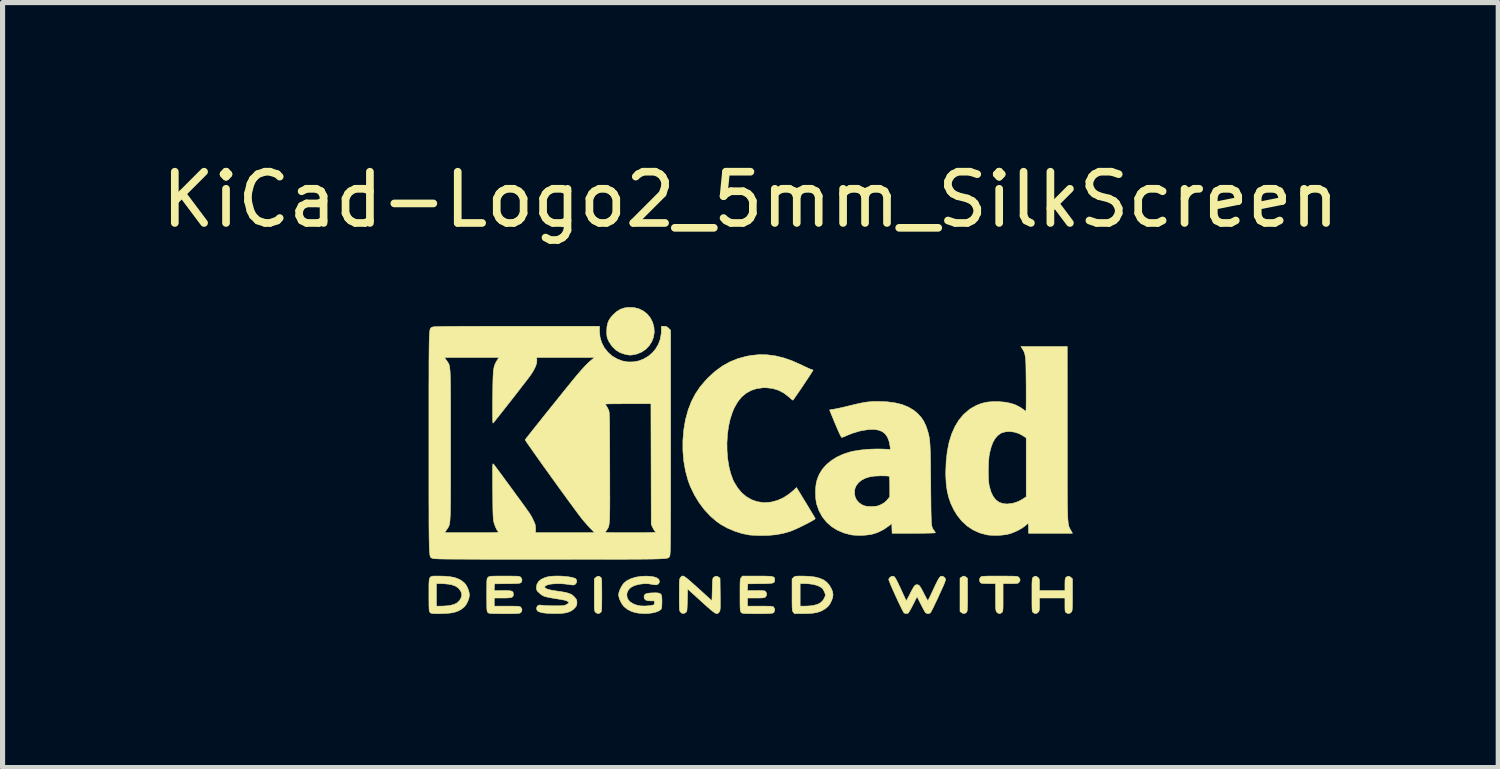
<source format=kicad_pcb>
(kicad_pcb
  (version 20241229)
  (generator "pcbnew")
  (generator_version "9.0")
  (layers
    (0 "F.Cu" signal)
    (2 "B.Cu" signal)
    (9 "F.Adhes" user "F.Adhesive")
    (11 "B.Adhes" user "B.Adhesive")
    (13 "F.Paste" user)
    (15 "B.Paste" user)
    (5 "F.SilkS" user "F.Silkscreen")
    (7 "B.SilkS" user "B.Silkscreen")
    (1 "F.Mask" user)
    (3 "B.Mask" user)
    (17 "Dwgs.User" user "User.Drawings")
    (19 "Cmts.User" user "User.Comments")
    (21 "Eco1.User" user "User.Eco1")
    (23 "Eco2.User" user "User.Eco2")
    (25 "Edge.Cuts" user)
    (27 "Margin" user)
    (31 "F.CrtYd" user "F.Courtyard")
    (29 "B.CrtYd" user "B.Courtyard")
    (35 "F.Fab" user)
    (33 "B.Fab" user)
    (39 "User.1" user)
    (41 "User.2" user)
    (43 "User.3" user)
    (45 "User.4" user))
  (footprint "KiCad-Logo2_5mm_SilkScreen"
    (layer "F.Cu")
    (at 11.601 5.928)
    (property "Reference" "KiCad-Logo2_5mm_SilkScreen" (at 0 -5.08 180) (layer "F.SilkS") (effects (font (size 1 1) (thickness 0.15))))
    (attr exclude_from_pos_files exclude_from_bom)
    (fp_poly (pts (xy 4.189 2.276) (xy 4.212 2.291) (xy 4.239 2.312) (xy 4.239 2.634) (xy 4.239 2.728) (xy 4.239 2.802) (xy 4.238 2.859) (xy 4.236 2.901) (xy 4.234 2.931) (xy 4.231 2.951) (xy 4.227 2.965) (xy 4.221 2.974) (xy 4.217 2.979) (xy 4.186 3) (xy 4.15 2.999) (xy 4.119 2.981) (xy 4.092 2.96) (xy 4.092 2.312) (xy 4.119 2.291) (xy 4.145 2.275) (xy 4.166 2.269) (xy 4.189 2.276)) (stroke (width 0.01) (type solid)) (fill yes) (layer "F.SilkS"))
    (fp_poly (pts (xy -2.924 2.292) (xy -2.917 2.299) (xy -2.912 2.309) (xy -2.908 2.324) (xy -2.905 2.346) (xy -2.903 2.378) (xy -2.902 2.422) (xy -2.902 2.482) (xy -2.901 2.56) (xy -2.901 2.636) (xy -2.901 2.73) (xy -2.902 2.804) (xy -2.902 2.86) (xy -2.904 2.902) (xy -2.906 2.932) (xy -2.909 2.952) (xy -2.913 2.965) (xy -2.919 2.974) (xy -2.924 2.98) (xy -2.957 3) (xy -2.992 2.998) (xy -3.023 2.977) (xy -3.031 2.968) (xy -3.036 2.959) (xy -3.041 2.945) (xy -3.044 2.924) (xy -3.046 2.895) (xy -3.047 2.853) (xy -3.048 2.796) (xy -3.048 2.722) (xy -3.048 2.638) (xy -3.048 2.324) (xy -3.02 2.297) (xy -2.986 2.273) (xy -2.953 2.273) (xy -2.924 2.292)) (stroke (width 0.01) (type solid)) (fill yes) (layer "F.SilkS"))
    (fp_poly (pts (xy -2.273 -2.973) (xy -2.177 -2.949) (xy -2.09 -2.906) (xy -2.015 -2.847) (xy -1.954 -2.772) (xy -1.909 -2.683) (xy -1.883 -2.586) (xy -1.877 -2.489) (xy -1.892 -2.395) (xy -1.926 -2.307) (xy -1.977 -2.228) (xy -2.042 -2.16) (xy -2.121 -2.106) (xy -2.212 -2.068) (xy -2.263 -2.056) (xy -2.308 -2.048) (xy -2.342 -2.045) (xy -2.375 -2.047) (xy -2.415 -2.054) (xy -2.449 -2.061) (xy -2.542 -2.092) (xy -2.626 -2.143) (xy -2.698 -2.213) (xy -2.756 -2.298) (xy -2.77 -2.326) (xy -2.787 -2.362) (xy -2.797 -2.392) (xy -2.802 -2.425) (xy -2.805 -2.466) (xy -2.805 -2.512) (xy -2.801 -2.596) (xy -2.787 -2.665) (xy -2.762 -2.726) (xy -2.723 -2.784) (xy -2.684 -2.829) (xy -2.612 -2.895) (xy -2.537 -2.94) (xy -2.455 -2.967) (xy -2.377 -2.977) (xy -2.273 -2.973)) (stroke (width 0.01) (type solid)) (fill yes) (layer "F.SilkS"))
    (fp_poly (pts (xy 4.963 2.269) (xy 5.042 2.27) (xy 5.103 2.27) (xy 5.149 2.272) (xy 5.182 2.274) (xy 5.205 2.277) (xy 5.221 2.28) (xy 5.231 2.285) (xy 5.236 2.289) (xy 5.261 2.321) (xy 5.265 2.355) (xy 5.249 2.386) (xy 5.238 2.398) (xy 5.227 2.406) (xy 5.211 2.412) (xy 5.186 2.414) (xy 5.147 2.416) (xy 5.09 2.416) (xy 5.079 2.416) (xy 4.933 2.416) (xy 4.933 2.687) (xy 4.933 2.772) (xy 4.933 2.838) (xy 4.932 2.887) (xy 4.93 2.922) (xy 4.927 2.946) (xy 4.923 2.962) (xy 4.918 2.972) (xy 4.911 2.98) (xy 4.878 3) (xy 4.843 2.999) (xy 4.812 2.976) (xy 4.81 2.973) (xy 4.802 2.962) (xy 4.797 2.95) (xy 4.793 2.933) (xy 4.79 2.908) (xy 4.788 2.872) (xy 4.787 2.822) (xy 4.787 2.755) (xy 4.786 2.68) (xy 4.786 2.416) (xy 4.647 2.416) (xy 4.587 2.415) (xy 4.546 2.414) (xy 4.519 2.411) (xy 4.502 2.405) (xy 4.49 2.397) (xy 4.489 2.395) (xy 4.473 2.362) (xy 4.474 2.324) (xy 4.493 2.292) (xy 4.5 2.285) (xy 4.51 2.28) (xy 4.524 2.276) (xy 4.545 2.274) (xy 4.575 2.272) (xy 4.618 2.27) (xy 4.676 2.269) (xy 4.75 2.269) (xy 4.844 2.269) (xy 4.864 2.269) (xy 4.963 2.269)) (stroke (width 0.01) (type solid)) (fill yes) (layer "F.SilkS"))
    (fp_poly (pts (xy 6.229 2.275) (xy 6.26 2.297) (xy 6.288 2.324) (xy 6.288 2.634) (xy 6.288 2.726) (xy 6.287 2.798) (xy 6.287 2.853) (xy 6.285 2.893) (xy 6.283 2.922) (xy 6.28 2.942) (xy 6.275 2.956) (xy 6.269 2.967) (xy 6.265 2.973) (xy 6.234 2.998) (xy 6.198 3) (xy 6.166 2.985) (xy 6.156 2.976) (xy 6.148 2.965) (xy 6.144 2.946) (xy 6.142 2.915) (xy 6.141 2.869) (xy 6.141 2.833) (xy 6.141 2.698) (xy 5.644 2.698) (xy 5.644 2.821) (xy 5.644 2.877) (xy 5.642 2.915) (xy 5.638 2.941) (xy 5.63 2.96) (xy 5.621 2.973) (xy 5.59 2.998) (xy 5.555 3.001) (xy 5.522 2.983) (xy 5.513 2.974) (xy 5.506 2.962) (xy 5.502 2.943) (xy 5.499 2.914) (xy 5.498 2.87) (xy 5.497 2.808) (xy 5.497 2.794) (xy 5.497 2.678) (xy 5.497 2.582) (xy 5.497 2.504) (xy 5.497 2.443) (xy 5.498 2.396) (xy 5.5 2.361) (xy 5.502 2.335) (xy 5.505 2.318) (xy 5.51 2.306) (xy 5.515 2.298) (xy 5.52 2.292) (xy 5.552 2.272) (xy 5.585 2.275) (xy 5.617 2.297) (xy 5.629 2.311) (xy 5.638 2.327) (xy 5.642 2.35) (xy 5.644 2.384) (xy 5.644 2.436) (xy 5.644 2.551) (xy 6.141 2.551) (xy 6.141 2.433) (xy 6.142 2.378) (xy 6.144 2.341) (xy 6.148 2.317) (xy 6.155 2.301) (xy 6.164 2.292) (xy 6.196 2.272) (xy 6.229 2.275)) (stroke (width 0.01) (type solid)) (fill yes) (layer "F.SilkS"))
    (fp_poly (pts (xy 1.018 2.269) (xy 1.147 2.274) (xy 1.257 2.287) (xy 1.349 2.31) (xy 1.426 2.343) (xy 1.489 2.388) (xy 1.539 2.444) (xy 1.58 2.514) (xy 1.58 2.515) (xy 1.605 2.577) (xy 1.613 2.633) (xy 1.606 2.688) (xy 1.584 2.751) (xy 1.579 2.761) (xy 1.55 2.817) (xy 1.517 2.86) (xy 1.475 2.897) (xy 1.417 2.934) (xy 1.414 2.936) (xy 1.364 2.96) (xy 1.307 2.978) (xy 1.24 2.991) (xy 1.159 2.999) (xy 1.06 3.002) (xy 1.025 3.002) (xy 0.86 3.003) (xy 0.836 2.973) (xy 0.829 2.963) (xy 0.824 2.952) (xy 0.82 2.936) (xy 0.817 2.913) (xy 0.815 2.88) (xy 0.814 2.856) (xy 0.971 2.856) (xy 1.065 2.856) (xy 1.12 2.854) (xy 1.176 2.85) (xy 1.222 2.844) (xy 1.225 2.844) (xy 1.307 2.822) (xy 1.371 2.789) (xy 1.418 2.743) (xy 1.451 2.683) (xy 1.457 2.667) (xy 1.463 2.642) (xy 1.46 2.618) (xy 1.448 2.585) (xy 1.441 2.569) (xy 1.418 2.527) (xy 1.39 2.497) (xy 1.359 2.477) (xy 1.297 2.45) (xy 1.218 2.43) (xy 1.125 2.419) (xy 1.058 2.416) (xy 0.971 2.416) (xy 0.971 2.856) (xy 0.814 2.856) (xy 0.814 2.835) (xy 0.813 2.774) (xy 0.813 2.696) (xy 0.813 2.634) (xy 0.813 2.324) (xy 0.841 2.297) (xy 0.853 2.286) (xy 0.866 2.278) (xy 0.885 2.273) (xy 0.913 2.27) (xy 0.955 2.269) (xy 1.015 2.269) (xy 1.018 2.269)) (stroke (width 0.01) (type solid)) (fill yes) (layer "F.SilkS"))
    (fp_poly (pts (xy -6.121 2.269) (xy -6.082 2.269) (xy -5.966 2.272) (xy -5.869 2.281) (xy -5.788 2.295) (xy -5.719 2.317) (xy -5.658 2.347) (xy -5.604 2.387) (xy -5.584 2.404) (xy -5.552 2.443) (xy -5.523 2.497) (xy -5.5 2.557) (xy -5.488 2.615) (xy -5.486 2.636) (xy -5.494 2.695) (xy -5.516 2.759) (xy -5.547 2.82) (xy -5.584 2.868) (xy -5.59 2.874) (xy -5.641 2.915) (xy -5.696 2.947) (xy -5.76 2.971) (xy -5.834 2.988) (xy -5.924 2.998) (xy -6.031 3.002) (xy -6.08 3.003) (xy -6.142 3.003) (xy -6.186 3.001) (xy -6.215 2.999) (xy -6.234 2.994) (xy -6.247 2.987) (xy -6.254 2.98) (xy -6.261 2.973) (xy -6.266 2.963) (xy -6.27 2.948) (xy -6.273 2.926) (xy -6.274 2.894) (xy -6.276 2.85) (xy -6.276 2.79) (xy -6.277 2.712) (xy -6.277 2.636) (xy -6.277 2.535) (xy -6.277 2.454) (xy -6.276 2.416) (xy -6.13 2.416) (xy -6.13 2.856) (xy -6.037 2.856) (xy -5.981 2.854) (xy -5.922 2.85) (xy -5.873 2.844) (xy -5.872 2.844) (xy -5.792 2.825) (xy -5.731 2.795) (xy -5.684 2.753) (xy -5.655 2.707) (xy -5.636 2.656) (xy -5.638 2.608) (xy -5.659 2.557) (xy -5.7 2.504) (xy -5.758 2.465) (xy -5.833 2.438) (xy -5.883 2.429) (xy -5.939 2.423) (xy -6 2.418) (xy -6.051 2.416) (xy -6.054 2.416) (xy -6.13 2.416) (xy -6.276 2.416) (xy -6.275 2.392) (xy -6.271 2.345) (xy -6.263 2.312) (xy -6.25 2.29) (xy -6.23 2.277) (xy -6.203 2.27) (xy -6.167 2.269) (xy -6.121 2.269)) (stroke (width 0.01) (type solid)) (fill yes) (layer "F.SilkS"))
    (fp_poly (pts (xy -1.3 2.273) (xy -1.277 2.287) (xy -1.246 2.31) (xy -1.206 2.342) (xy -1.156 2.386) (xy -1.094 2.441) (xy -1.018 2.509) (xy -0.931 2.588) (xy -0.751 2.752) (xy -0.745 2.532) (xy -0.743 2.456) (xy -0.741 2.4) (xy -0.739 2.36) (xy -0.736 2.332) (xy -0.731 2.314) (xy -0.725 2.303) (xy -0.717 2.294) (xy -0.713 2.291) (xy -0.678 2.272) (xy -0.645 2.274) (xy -0.619 2.291) (xy -0.593 2.312) (xy -0.589 2.627) (xy -0.588 2.72) (xy -0.588 2.793) (xy -0.588 2.848) (xy -0.589 2.889) (xy -0.591 2.919) (xy -0.594 2.939) (xy -0.598 2.953) (xy -0.604 2.964) (xy -0.61 2.972) (xy -0.623 2.988) (xy -0.637 2.999) (xy -0.652 3.003) (xy -0.671 2.999) (xy -0.695 2.987) (xy -0.727 2.965) (xy -0.768 2.932) (xy -0.821 2.887) (xy -0.886 2.829) (xy -0.96 2.762) (xy -1.225 2.521) (xy -1.23 2.741) (xy -1.233 2.816) (xy -1.235 2.872) (xy -1.237 2.913) (xy -1.24 2.94) (xy -1.244 2.958) (xy -1.25 2.969) (xy -1.259 2.978) (xy -1.263 2.981) (xy -1.3 3) (xy -1.335 2.997) (xy -1.365 2.973) (xy -1.372 2.963) (xy -1.378 2.952) (xy -1.382 2.936) (xy -1.385 2.913) (xy -1.386 2.88) (xy -1.388 2.835) (xy -1.388 2.774) (xy -1.389 2.694) (xy -1.389 2.636) (xy -1.388 2.544) (xy -1.388 2.473) (xy -1.387 2.418) (xy -1.386 2.378) (xy -1.384 2.349) (xy -1.38 2.329) (xy -1.376 2.315) (xy -1.37 2.305) (xy -1.365 2.299) (xy -1.354 2.285) (xy -1.343 2.274) (xy -1.332 2.268) (xy -1.318 2.267) (xy -1.3 2.273)) (stroke (width 0.01) (type solid)) (fill yes) (layer "F.SilkS"))
    (fp_poly (pts (xy -1.95 2.275) (xy -1.882 2.286) (xy -1.829 2.304) (xy -1.795 2.327) (xy -1.785 2.341) (xy -1.776 2.372) (xy -1.782 2.4) (xy -1.802 2.427) (xy -1.834 2.44) (xy -1.879 2.439) (xy -1.914 2.432) (xy -1.992 2.419) (xy -2.072 2.418) (xy -2.162 2.428) (xy -2.186 2.433) (xy -2.269 2.456) (xy -2.334 2.491) (xy -2.38 2.537) (xy -2.407 2.592) (xy -2.413 2.621) (xy -2.409 2.68) (xy -2.386 2.732) (xy -2.345 2.776) (xy -2.288 2.811) (xy -2.219 2.837) (xy -2.138 2.852) (xy -2.048 2.854) (xy -1.951 2.845) (xy -1.945 2.844) (xy -1.907 2.836) (xy -1.885 2.83) (xy -1.876 2.819) (xy -1.874 2.802) (xy -1.874 2.793) (xy -1.874 2.754) (xy -1.942 2.754) (xy -2.003 2.75) (xy -2.044 2.737) (xy -2.068 2.714) (xy -2.077 2.679) (xy -2.077 2.674) (xy -2.072 2.645) (xy -2.054 2.623) (xy -2.022 2.609) (xy -1.972 2.601) (xy -1.923 2.598) (xy -1.852 2.596) (xy -1.801 2.599) (xy -1.766 2.609) (xy -1.744 2.628) (xy -1.733 2.66) (xy -1.728 2.708) (xy -1.727 2.77) (xy -1.729 2.84) (xy -1.733 2.887) (xy -1.74 2.912) (xy -1.741 2.914) (xy -1.78 2.946) (xy -1.837 2.97) (xy -1.909 2.988) (xy -1.991 2.999) (xy -2.081 3.001) (xy -2.175 2.994) (xy -2.23 2.986) (xy -2.316 2.962) (xy -2.396 2.922) (xy -2.463 2.87) (xy -2.473 2.86) (xy -2.506 2.816) (xy -2.536 2.762) (xy -2.559 2.706) (xy -2.572 2.654) (xy -2.574 2.635) (xy -2.567 2.593) (xy -2.55 2.542) (xy -2.524 2.488) (xy -2.495 2.439) (xy -2.469 2.406) (xy -2.408 2.357) (xy -2.329 2.319) (xy -2.235 2.29) (xy -2.129 2.274) (xy -2.032 2.27) (xy -1.95 2.275)) (stroke (width 0.01) (type solid)) (fill yes) (layer "F.SilkS"))
    (fp_poly (pts (xy 0.23 2.269) (xy 0.307 2.27) (xy 0.365 2.272) (xy 0.408 2.276) (xy 0.438 2.282) (xy 0.457 2.291) (xy 0.468 2.303) (xy 0.473 2.319) (xy 0.474 2.339) (xy 0.474 2.341) (xy 0.473 2.364) (xy 0.468 2.382) (xy 0.457 2.395) (xy 0.437 2.404) (xy 0.406 2.41) (xy 0.36 2.414) (xy 0.298 2.417) (xy 0.216 2.418) (xy 0.191 2.418) (xy -0.051 2.421) (xy -0.054 2.486) (xy -0.058 2.551) (xy 0.111 2.551) (xy 0.176 2.552) (xy 0.223 2.553) (xy 0.255 2.555) (xy 0.276 2.559) (xy 0.289 2.565) (xy 0.299 2.573) (xy 0.299 2.573) (xy 0.316 2.607) (xy 0.316 2.643) (xy 0.297 2.674) (xy 0.294 2.678) (xy 0.281 2.686) (xy 0.263 2.692) (xy 0.237 2.695) (xy 0.197 2.697) (xy 0.142 2.698) (xy 0.106 2.698) (xy -0.056 2.698) (xy -0.056 2.856) (xy 0.19 2.856) (xy 0.272 2.856) (xy 0.333 2.857) (xy 0.379 2.858) (xy 0.41 2.86) (xy 0.431 2.864) (xy 0.445 2.868) (xy 0.453 2.874) (xy 0.455 2.877) (xy 0.472 2.908) (xy 0.473 2.944) (xy 0.46 2.975) (xy 0.449 2.985) (xy 0.438 2.991) (xy 0.421 2.995) (xy 0.396 2.998) (xy 0.359 3) (xy 0.308 3.002) (xy 0.24 3.003) (xy 0.153 3.003) (xy 0.133 3.003) (xy 0.045 3.003) (xy -0.024 3.002) (xy -0.075 3.002) (xy -0.113 3) (xy -0.139 2.998) (xy -0.156 2.994) (xy -0.167 2.989) (xy -0.176 2.983) (xy -0.18 2.978) (xy -0.187 2.97) (xy -0.192 2.96) (xy -0.196 2.945) (xy -0.199 2.923) (xy -0.201 2.89) (xy -0.202 2.845) (xy -0.203 2.785) (xy -0.203 2.707) (xy -0.203 2.641) (xy -0.203 2.549) (xy -0.203 2.476) (xy -0.202 2.421) (xy -0.201 2.38) (xy -0.198 2.35) (xy -0.195 2.33) (xy -0.191 2.316) (xy -0.185 2.305) (xy -0.18 2.299) (xy -0.156 2.269) (xy 0.134 2.269) (xy 0.23 2.269)) (stroke (width 0.01) (type solid)) (fill yes) (layer "F.SilkS"))
    (fp_poly (pts (xy -4.713 2.269) (xy -4.643 2.27) (xy -4.591 2.27) (xy -4.553 2.272) (xy -4.526 2.274) (xy -4.508 2.278) (xy -4.496 2.283) (xy -4.487 2.289) (xy -4.484 2.292) (xy -4.464 2.323) (xy -4.46 2.359) (xy -4.473 2.391) (xy -4.48 2.397) (xy -4.489 2.403) (xy -4.505 2.408) (xy -4.529 2.412) (xy -4.566 2.414) (xy -4.617 2.416) (xy -4.685 2.418) (xy -4.748 2.418) (xy -4.995 2.421) (xy -4.999 2.486) (xy -5.002 2.551) (xy -4.834 2.551) (xy -4.761 2.552) (xy -4.708 2.555) (xy -4.671 2.56) (xy -4.647 2.57) (xy -4.634 2.586) (xy -4.629 2.607) (xy -4.628 2.628) (xy -4.631 2.653) (xy -4.64 2.671) (xy -4.659 2.684) (xy -4.691 2.692) (xy -4.738 2.696) (xy -4.804 2.698) (xy -4.84 2.698) (xy -5.001 2.698) (xy -5.001 2.856) (xy -4.753 2.856) (xy -4.671 2.856) (xy -4.609 2.857) (xy -4.564 2.858) (xy -4.532 2.86) (xy -4.511 2.863) (xy -4.496 2.868) (xy -4.487 2.874) (xy -4.482 2.879) (xy -4.465 2.906) (xy -4.459 2.929) (xy -4.467 2.959) (xy -4.482 2.98) (xy -4.49 2.987) (xy -4.5 2.992) (xy -4.515 2.996) (xy -4.538 2.999) (xy -4.571 3.001) (xy -4.618 3.002) (xy -4.68 3.003) (xy -4.761 3.003) (xy -4.803 3.003) (xy -4.894 3.003) (xy -4.964 3.002) (xy -5.017 3.002) (xy -5.056 3) (xy -5.083 2.998) (xy -5.101 2.994) (xy -5.113 2.99) (xy -5.122 2.983) (xy -5.125 2.98) (xy -5.132 2.973) (xy -5.137 2.963) (xy -5.141 2.948) (xy -5.144 2.926) (xy -5.146 2.894) (xy -5.147 2.849) (xy -5.147 2.789) (xy -5.148 2.711) (xy -5.148 2.638) (xy -5.148 2.545) (xy -5.147 2.471) (xy -5.147 2.415) (xy -5.146 2.374) (xy -5.144 2.345) (xy -5.141 2.325) (xy -5.136 2.312) (xy -5.131 2.303) (xy -5.123 2.295) (xy -5.122 2.294) (xy -5.113 2.286) (xy -5.103 2.28) (xy -5.089 2.276) (xy -5.067 2.273) (xy -5.036 2.271) (xy -4.993 2.27) (xy -4.934 2.269) (xy -4.857 2.269) (xy -4.802 2.269) (xy -4.713 2.269)) (stroke (width 0.01) (type solid)) (fill yes) (layer "F.SilkS"))
    (fp_poly (pts (xy 3.745 2.271) (xy 3.764 2.278) (xy 3.765 2.278) (xy 3.792 2.299) (xy 3.806 2.32) (xy 3.809 2.329) (xy 3.809 2.342) (xy 3.805 2.361) (xy 3.796 2.387) (xy 3.782 2.424) (xy 3.761 2.473) (xy 3.732 2.536) (xy 3.695 2.617) (xy 3.675 2.661) (xy 3.639 2.74) (xy 3.604 2.812) (xy 3.574 2.876) (xy 3.548 2.928) (xy 3.528 2.965) (xy 3.516 2.986) (xy 3.513 2.989) (xy 3.482 3.001) (xy 3.447 3) (xy 3.419 2.984) (xy 3.418 2.983) (xy 3.407 2.966) (xy 3.388 2.933) (xy 3.364 2.888) (xy 3.337 2.836) (xy 3.327 2.817) (xy 3.254 2.67) (xy 3.174 2.829) (xy 3.146 2.884) (xy 3.119 2.932) (xy 3.097 2.969) (xy 3.081 2.991) (xy 3.076 2.996) (xy 3.034 3.002) (xy 3 2.989) (xy 2.99 2.974) (xy 2.972 2.943) (xy 2.949 2.897) (xy 2.921 2.839) (xy 2.89 2.774) (xy 2.857 2.704) (xy 2.824 2.631) (xy 2.792 2.56) (xy 2.763 2.494) (xy 2.737 2.435) (xy 2.718 2.386) (xy 2.705 2.352) (xy 2.7 2.334) (xy 2.7 2.334) (xy 2.711 2.311) (xy 2.733 2.289) (xy 2.735 2.288) (xy 2.762 2.272) (xy 2.787 2.273) (xy 2.796 2.275) (xy 2.808 2.282) (xy 2.82 2.294) (xy 2.834 2.315) (xy 2.852 2.347) (xy 2.875 2.393) (xy 2.905 2.455) (xy 2.932 2.512) (xy 2.962 2.578) (xy 2.99 2.638) (xy 3.013 2.688) (xy 3.03 2.725) (xy 3.039 2.746) (xy 3.041 2.749) (xy 3.047 2.743) (xy 3.061 2.721) (xy 3.081 2.685) (xy 3.106 2.638) (xy 3.115 2.619) (xy 3.148 2.554) (xy 3.174 2.507) (xy 3.194 2.474) (xy 3.21 2.454) (xy 3.226 2.443) (xy 3.242 2.439) (xy 3.252 2.438) (xy 3.271 2.44) (xy 3.287 2.447) (xy 3.303 2.462) (xy 3.321 2.487) (xy 3.344 2.526) (xy 3.373 2.581) (xy 3.389 2.613) (xy 3.415 2.663) (xy 3.437 2.705) (xy 3.454 2.734) (xy 3.464 2.748) (xy 3.466 2.749) (xy 3.472 2.738) (xy 3.487 2.709) (xy 3.508 2.666) (xy 3.534 2.612) (xy 3.564 2.548) (xy 3.578 2.517) (xy 3.616 2.436) (xy 3.647 2.374) (xy 3.672 2.328) (xy 3.692 2.297) (xy 3.71 2.278) (xy 3.727 2.271) (xy 3.745 2.271)) (stroke (width 0.01) (type solid)) (fill yes) (layer "F.SilkS"))
    (fp_poly (pts (xy -3.692 2.27) (xy -3.617 2.276) (xy -3.547 2.284) (xy -3.487 2.295) (xy -3.44 2.308) (xy -3.41 2.323) (xy -3.406 2.327) (xy -3.39 2.362) (xy -3.395 2.397) (xy -3.419 2.428) (xy -3.421 2.429) (xy -3.435 2.438) (xy -3.45 2.443) (xy -3.471 2.443) (xy -3.503 2.44) (xy -3.552 2.432) (xy -3.556 2.432) (xy -3.629 2.423) (xy -3.707 2.418) (xy -3.786 2.418) (xy -3.859 2.422) (xy -3.922 2.43) (xy -3.968 2.443) (xy -3.971 2.444) (xy -4.005 2.463) (xy -4.017 2.482) (xy -4.008 2.5) (xy -3.978 2.518) (xy -3.929 2.535) (xy -3.861 2.549) (xy -3.816 2.556) (xy -3.721 2.57) (xy -3.647 2.582) (xy -3.588 2.594) (xy -3.542 2.608) (xy -3.506 2.623) (xy -3.476 2.641) (xy -3.449 2.664) (xy -3.428 2.686) (xy -3.403 2.717) (xy -3.391 2.743) (xy -3.387 2.776) (xy -3.387 2.788) (xy -3.39 2.828) (xy -3.401 2.857) (xy -3.421 2.883) (xy -3.462 2.924) (xy -3.508 2.954) (xy -3.562 2.976) (xy -3.627 2.991) (xy -3.707 2.999) (xy -3.805 3.001) (xy -3.821 3.001) (xy -3.887 3) (xy -3.952 2.997) (xy -4.009 2.992) (xy -4.052 2.987) (xy -4.055 2.987) (xy -4.098 2.976) (xy -4.134 2.964) (xy -4.154 2.952) (xy -4.173 2.922) (xy -4.174 2.886) (xy -4.158 2.854) (xy -4.154 2.851) (xy -4.139 2.84) (xy -4.12 2.835) (xy -4.091 2.836) (xy -4.056 2.84) (xy -4.016 2.844) (xy -3.96 2.847) (xy -3.895 2.849) (xy -3.828 2.85) (xy -3.81 2.85) (xy -3.742 2.85) (xy -3.692 2.849) (xy -3.657 2.846) (xy -3.63 2.841) (xy -3.609 2.834) (xy -3.596 2.828) (xy -3.568 2.811) (xy -3.55 2.796) (xy -3.547 2.792) (xy -3.553 2.774) (xy -3.579 2.757) (xy -3.624 2.741) (xy -3.687 2.728) (xy -3.705 2.725) (xy -3.801 2.71) (xy -3.878 2.697) (xy -3.938 2.686) (xy -3.984 2.676) (xy -4.021 2.665) (xy -4.049 2.653) (xy -4.073 2.639) (xy -4.096 2.622) (xy -4.119 2.601) (xy -4.127 2.594) (xy -4.155 2.567) (xy -4.17 2.545) (xy -4.176 2.52) (xy -4.177 2.489) (xy -4.167 2.428) (xy -4.136 2.376) (xy -4.085 2.333) (xy -4.013 2.3) (xy -3.962 2.285) (xy -3.907 2.275) (xy -3.841 2.27) (xy -3.768 2.268) (xy -3.692 2.27)) (stroke (width 0.01) (type solid)) (fill yes) (layer "F.SilkS"))
    (fp_poly (pts (xy 0.328 -2.051) (xy 0.489 -2.03) (xy 0.653 -1.99) (xy 0.822 -1.93) (xy 1 -1.851) (xy 1.011 -1.845) (xy 1.069 -1.817) (xy 1.121 -1.793) (xy 1.162 -1.775) (xy 1.19 -1.764) (xy 1.2 -1.761) (xy 1.219 -1.756) (xy 1.224 -1.752) (xy 1.218 -1.741) (xy 1.202 -1.715) (xy 1.177 -1.676) (xy 1.145 -1.626) (xy 1.107 -1.569) (xy 1.066 -1.507) (xy 1.023 -1.442) (xy 0.98 -1.379) (xy 0.939 -1.319) (xy 0.902 -1.265) (xy 0.871 -1.22) (xy 0.847 -1.186) (xy 0.832 -1.167) (xy 0.83 -1.165) (xy 0.82 -1.17) (xy 0.798 -1.187) (xy 0.767 -1.214) (xy 0.752 -1.228) (xy 0.655 -1.303) (xy 0.548 -1.359) (xy 0.433 -1.394) (xy 0.31 -1.408) (xy 0.241 -1.407) (xy 0.119 -1.39) (xy 0.01 -1.354) (xy -0.087 -1.299) (xy -0.174 -1.225) (xy -0.249 -1.131) (xy -0.314 -1.018) (xy -0.351 -0.931) (xy -0.395 -0.796) (xy -0.428 -0.648) (xy -0.448 -0.493) (xy -0.458 -0.333) (xy -0.456 -0.173) (xy -0.443 -0.016) (xy -0.419 0.133) (xy -0.384 0.271) (xy -0.338 0.395) (xy -0.322 0.429) (xy -0.253 0.543) (xy -0.173 0.64) (xy -0.081 0.718) (xy 0.02 0.777) (xy 0.13 0.816) (xy 0.247 0.834) (xy 0.289 0.835) (xy 0.41 0.824) (xy 0.531 0.791) (xy 0.649 0.737) (xy 0.762 0.663) (xy 0.854 0.585) (xy 0.9 0.54) (xy 1.081 0.837) (xy 1.127 0.911) (xy 1.168 0.98) (xy 1.204 1.039) (xy 1.233 1.088) (xy 1.254 1.124) (xy 1.265 1.144) (xy 1.266 1.147) (xy 1.258 1.157) (xy 1.233 1.174) (xy 1.193 1.197) (xy 1.142 1.225) (xy 1.084 1.255) (xy 1.021 1.287) (xy 0.958 1.318) (xy 0.896 1.346) (xy 0.839 1.371) (xy 0.791 1.391) (xy 0.768 1.399) (xy 0.634 1.437) (xy 0.496 1.462) (xy 0.349 1.475) (xy 0.222 1.477) (xy 0.154 1.476) (xy 0.088 1.474) (xy 0.031 1.471) (xy -0.013 1.468) (xy -0.027 1.466) (xy -0.166 1.438) (xy -0.307 1.392) (xy -0.445 1.334) (xy -0.572 1.264) (xy -0.649 1.211) (xy -0.777 1.103) (xy -0.895 0.977) (xy -1.002 0.835) (xy -1.095 0.681) (xy -1.173 0.518) (xy -1.217 0.401) (xy -1.267 0.217) (xy -1.301 0.023) (xy -1.318 -0.179) (xy -1.318 -0.382) (xy -1.301 -0.584) (xy -1.268 -0.781) (xy -1.217 -0.967) (xy -1.214 -0.978) (xy -1.151 -1.14) (xy -1.074 -1.288) (xy -0.981 -1.426) (xy -0.868 -1.558) (xy -0.825 -1.604) (xy -0.688 -1.728) (xy -0.549 -1.83) (xy -0.403 -1.912) (xy -0.249 -1.975) (xy -0.084 -2.02) (xy 0.011 -2.038) (xy 0.17 -2.054) (xy 0.328 -2.051)) (stroke (width 0.01) (type solid)) (fill yes) (layer "F.SilkS"))
    (fp_poly (pts (xy 6.187 -0.528) (xy 6.187 -0.293) (xy 6.187 -0.08) (xy 6.187 0.112) (xy 6.187 0.285) (xy 6.187 0.441) (xy 6.188 0.579) (xy 6.188 0.701) (xy 6.189 0.808) (xy 6.19 0.901) (xy 6.192 0.982) (xy 6.194 1.051) (xy 6.196 1.11) (xy 6.198 1.159) (xy 6.202 1.2) (xy 6.205 1.234) (xy 6.21 1.262) (xy 6.214 1.285) (xy 6.22 1.304) (xy 6.226 1.321) (xy 6.233 1.335) (xy 6.24 1.349) (xy 6.249 1.364) (xy 6.254 1.373) (xy 6.288 1.434) (xy 5.43 1.434) (xy 5.43 1.338) (xy 5.429 1.294) (xy 5.427 1.261) (xy 5.424 1.243) (xy 5.423 1.242) (xy 5.412 1.249) (xy 5.389 1.267) (xy 5.366 1.286) (xy 5.312 1.327) (xy 5.242 1.368) (xy 5.165 1.405) (xy 5.088 1.435) (xy 5.057 1.445) (xy 4.989 1.46) (xy 4.906 1.47) (xy 4.816 1.475) (xy 4.728 1.474) (xy 4.649 1.469) (xy 4.612 1.463) (xy 4.473 1.425) (xy 4.346 1.367) (xy 4.23 1.29) (xy 4.127 1.195) (xy 4.036 1.081) (xy 3.969 0.97) (xy 3.914 0.854) (xy 3.872 0.734) (xy 3.842 0.608) (xy 3.823 0.472) (xy 3.815 0.32) (xy 3.814 0.243) (xy 3.816 0.186) (xy 4.645 0.186) (xy 4.645 0.279) (xy 4.648 0.367) (xy 4.654 0.444) (xy 4.662 0.505) (xy 4.665 0.517) (xy 4.697 0.625) (xy 4.738 0.712) (xy 4.79 0.779) (xy 4.853 0.826) (xy 4.926 0.853) (xy 5.011 0.862) (xy 5.107 0.851) (xy 5.17 0.835) (xy 5.219 0.817) (xy 5.274 0.791) (xy 5.314 0.767) (xy 5.385 0.721) (xy 5.385 -0.429) (xy 5.317 -0.473) (xy 5.239 -0.514) (xy 5.155 -0.541) (xy 5.07 -0.553) (xy 4.988 -0.549) (xy 4.915 -0.53) (xy 4.883 -0.515) (xy 4.826 -0.472) (xy 4.777 -0.415) (xy 4.735 -0.342) (xy 4.701 -0.252) (xy 4.672 -0.141) (xy 4.671 -0.135) (xy 4.66 -0.073) (xy 4.653 0.005) (xy 4.648 0.093) (xy 4.645 0.186) (xy 3.816 0.186) (xy 3.822 0.03) (xy 3.844 -0.166) (xy 3.88 -0.345) (xy 3.93 -0.506) (xy 3.994 -0.65) (xy 4.071 -0.777) (xy 4.163 -0.886) (xy 4.268 -0.977) (xy 4.314 -1.008) (xy 4.415 -1.064) (xy 4.518 -1.104) (xy 4.628 -1.128) (xy 4.749 -1.138) (xy 4.842 -1.137) (xy 4.971 -1.126) (xy 5.084 -1.104) (xy 5.183 -1.07) (xy 5.271 -1.024) (xy 5.32 -0.99) (xy 5.349 -0.968) (xy 5.371 -0.953) (xy 5.379 -0.948) (xy 5.381 -0.959) (xy 5.382 -0.99) (xy 5.383 -1.037) (xy 5.384 -1.1) (xy 5.384 -1.173) (xy 5.384 -1.256) (xy 5.384 -1.344) (xy 5.384 -1.436) (xy 5.383 -1.528) (xy 5.382 -1.618) (xy 5.381 -1.704) (xy 5.38 -1.781) (xy 5.379 -1.848) (xy 5.377 -1.902) (xy 5.375 -1.94) (xy 5.375 -1.947) (xy 5.367 -2.018) (xy 5.356 -2.073) (xy 5.338 -2.12) (xy 5.312 -2.166) (xy 5.305 -2.176) (xy 5.281 -2.213) (xy 6.186 -2.213) (xy 6.187 -0.528)) (stroke (width 0.01) (type solid)) (fill yes) (layer "F.SilkS"))
    (fp_poly (pts (xy 2.674 -1.133) (xy 2.825 -1.113) (xy 2.961 -1.08) (xy 3.08 -1.032) (xy 3.185 -0.971) (xy 3.262 -0.907) (xy 3.331 -0.833) (xy 3.385 -0.753) (xy 3.428 -0.661) (xy 3.443 -0.618) (xy 3.456 -0.579) (xy 3.467 -0.543) (xy 3.477 -0.508) (xy 3.485 -0.472) (xy 3.492 -0.433) (xy 3.498 -0.39) (xy 3.503 -0.34) (xy 3.507 -0.283) (xy 3.51 -0.215) (xy 3.513 -0.136) (xy 3.515 -0.043) (xy 3.517 0.066) (xy 3.518 0.192) (xy 3.52 0.337) (xy 3.521 0.48) (xy 3.522 0.636) (xy 3.524 0.771) (xy 3.525 0.887) (xy 3.526 0.986) (xy 3.528 1.068) (xy 3.53 1.136) (xy 3.532 1.192) (xy 3.535 1.236) (xy 3.539 1.271) (xy 3.544 1.299) (xy 3.55 1.321) (xy 3.557 1.338) (xy 3.565 1.352) (xy 3.574 1.366) (xy 3.585 1.38) (xy 3.59 1.385) (xy 3.605 1.408) (xy 3.612 1.423) (xy 3.612 1.424) (xy 3.602 1.426) (xy 3.571 1.428) (xy 3.522 1.43) (xy 3.458 1.431) (xy 3.382 1.433) (xy 3.295 1.433) (xy 3.2 1.434) (xy 3.19 1.434) (xy 2.767 1.434) (xy 2.763 1.338) (xy 2.76 1.242) (xy 2.698 1.293) (xy 2.601 1.36) (xy 2.491 1.415) (xy 2.404 1.445) (xy 2.335 1.46) (xy 2.252 1.47) (xy 2.162 1.475) (xy 2.074 1.474) (xy 1.995 1.468) (xy 1.959 1.463) (xy 1.819 1.425) (xy 1.692 1.37) (xy 1.58 1.299) (xy 1.484 1.213) (xy 1.404 1.112) (xy 1.341 0.997) (xy 1.296 0.871) (xy 1.284 0.814) (xy 1.276 0.752) (xy 1.273 0.677) (xy 1.272 0.643) (xy 1.272 0.64) (xy 2.032 0.64) (xy 2.042 0.715) (xy 2.07 0.779) (xy 2.118 0.835) (xy 2.123 0.839) (xy 2.172 0.874) (xy 2.223 0.897) (xy 2.284 0.909) (xy 2.359 0.911) (xy 2.377 0.911) (xy 2.431 0.908) (xy 2.471 0.903) (xy 2.506 0.893) (xy 2.545 0.876) (xy 2.556 0.871) (xy 2.616 0.835) (xy 2.663 0.792) (xy 2.676 0.777) (xy 2.721 0.72) (xy 2.721 0.525) (xy 2.72 0.446) (xy 2.718 0.388) (xy 2.715 0.349) (xy 2.711 0.327) (xy 2.707 0.32) (xy 2.691 0.317) (xy 2.657 0.314) (xy 2.61 0.313) (xy 2.555 0.312) (xy 2.546 0.312) (xy 2.425 0.317) (xy 2.323 0.333) (xy 2.236 0.361) (xy 2.164 0.401) (xy 2.109 0.448) (xy 2.064 0.506) (xy 2.039 0.569) (xy 2.032 0.64) (xy 1.272 0.64) (xy 1.274 0.55) (xy 1.283 0.471) (xy 1.299 0.4) (xy 1.324 0.329) (xy 1.348 0.276) (xy 1.407 0.181) (xy 1.485 0.093) (xy 1.58 0.014) (xy 1.69 -0.055) (xy 1.813 -0.111) (xy 1.945 -0.154) (xy 2.009 -0.169) (xy 2.146 -0.191) (xy 2.294 -0.206) (xy 2.446 -0.212) (xy 2.572 -0.211) (xy 2.734 -0.204) (xy 2.727 -0.263) (xy 2.707 -0.362) (xy 2.676 -0.443) (xy 2.632 -0.506) (xy 2.575 -0.551) (xy 2.503 -0.58) (xy 2.416 -0.594) (xy 2.313 -0.591) (xy 2.275 -0.587) (xy 2.134 -0.562) (xy 1.997 -0.521) (xy 1.902 -0.483) (xy 1.857 -0.464) (xy 1.819 -0.448) (xy 1.792 -0.439) (xy 1.785 -0.437) (xy 1.775 -0.446) (xy 1.758 -0.475) (xy 1.734 -0.524) (xy 1.703 -0.594) (xy 1.665 -0.684) (xy 1.658 -0.7) (xy 1.628 -0.772) (xy 1.601 -0.838) (xy 1.578 -0.893) (xy 1.561 -0.936) (xy 1.55 -0.963) (xy 1.547 -0.972) (xy 1.557 -0.977) (xy 1.583 -0.982) (xy 1.611 -0.986) (xy 1.642 -0.991) (xy 1.689 -1) (xy 1.751 -1.013) (xy 1.821 -1.029) (xy 1.896 -1.047) (xy 1.925 -1.054) (xy 2.03 -1.08) (xy 2.117 -1.1) (xy 2.192 -1.115) (xy 2.258 -1.126) (xy 2.319 -1.133) (xy 2.381 -1.138) (xy 2.446 -1.14) (xy 2.504 -1.14) (xy 2.674 -1.133)) (stroke (width 0.01) (type solid)) (fill yes) (layer "F.SilkS"))
    (fp_poly (pts (xy -2.946 -2.511) (xy -2.936 -2.397) (xy -2.904 -2.289) (xy -2.853 -2.19) (xy -2.784 -2.102) (xy -2.699 -2.027) (xy -2.602 -1.97) (xy -2.496 -1.93) (xy -2.389 -1.911) (xy -2.283 -1.913) (xy -2.181 -1.932) (xy -2.085 -1.969) (xy -1.996 -2.021) (xy -1.917 -2.087) (xy -1.849 -2.167) (xy -1.796 -2.258) (xy -1.759 -2.359) (xy -1.74 -2.47) (xy -1.738 -2.52) (xy -1.738 -2.608) (xy -1.687 -2.608) (xy -1.65 -2.605) (xy -1.623 -2.593) (xy -1.596 -2.569) (xy -1.558 -2.531) (xy -1.558 -0.339) (xy -1.558 -0.077) (xy -1.558 0.163) (xy -1.558 0.383) (xy -1.558 0.583) (xy -1.558 0.764) (xy -1.558 0.928) (xy -1.559 1.074) (xy -1.559 1.205) (xy -1.559 1.32) (xy -1.56 1.421) (xy -1.561 1.509) (xy -1.561 1.585) (xy -1.562 1.65) (xy -1.563 1.704) (xy -1.564 1.749) (xy -1.565 1.786) (xy -1.567 1.815) (xy -1.568 1.837) (xy -1.57 1.854) (xy -1.572 1.866) (xy -1.574 1.874) (xy -1.576 1.88) (xy -1.577 1.882) (xy -1.581 1.889) (xy -1.585 1.895) (xy -1.589 1.901) (xy -1.594 1.906) (xy -1.601 1.911) (xy -1.611 1.916) (xy -1.625 1.92) (xy -1.645 1.923) (xy -1.669 1.926) (xy -1.701 1.929) (xy -1.741 1.931) (xy -1.789 1.934) (xy -1.846 1.935) (xy -1.914 1.937) (xy -1.994 1.938) (xy -2.085 1.939) (xy -2.19 1.94) (xy -2.309 1.94) (xy -2.443 1.941) (xy -2.593 1.941) (xy -2.76 1.941) (xy -2.945 1.942) (xy -3.149 1.942) (xy -3.372 1.942) (xy -3.616 1.941) (xy -3.881 1.941) (xy -3.92 1.941) (xy -4.187 1.941) (xy -4.432 1.941) (xy -4.657 1.941) (xy -4.861 1.941) (xy -5.047 1.941) (xy -5.215 1.941) (xy -5.366 1.94) (xy -5.501 1.94) (xy -5.62 1.939) (xy -5.725 1.939) (xy -5.817 1.938) (xy -5.896 1.938) (xy -5.964 1.937) (xy -6.021 1.936) (xy -6.069 1.935) (xy -6.107 1.933) (xy -6.138 1.932) (xy -6.162 1.931) (xy -6.18 1.929) (xy -6.192 1.927) (xy -6.201 1.925) (xy -6.205 1.923) (xy -6.214 1.92) (xy -6.221 1.917) (xy -6.229 1.915) (xy -6.235 1.911) (xy -6.241 1.906) (xy -6.246 1.897) (xy -6.251 1.885) (xy -6.255 1.869) (xy -6.259 1.846) (xy -6.262 1.818) (xy -6.265 1.781) (xy -6.268 1.737) (xy -6.27 1.683) (xy -6.271 1.618) (xy -6.273 1.543) (xy -6.274 1.455) (xy -6.275 1.354) (xy -6.276 1.239) (xy -6.276 1.11) (xy -6.276 0.964) (xy -6.277 0.802) (xy -6.277 0.621) (xy -6.277 0.422) (xy -6.277 0.204) (xy -6.277 -0.035) (xy -6.277 -0.296) (xy -6.277 -0.338) (xy -6.277 -0.601) (xy -6.277 -0.842) (xy -6.277 -1.063) (xy -6.277 -1.264) (xy -6.277 -1.446) (xy -6.276 -1.61) (xy -6.276 -1.757) (xy -6.276 -1.888) (xy -6.275 -1.998) (xy -5.972 -1.998) (xy -5.932 -1.94) (xy -5.921 -1.925) (xy -5.911 -1.911) (xy -5.902 -1.897) (xy -5.894 -1.883) (xy -5.887 -1.868) (xy -5.881 -1.849) (xy -5.875 -1.826) (xy -5.871 -1.798) (xy -5.867 -1.764) (xy -5.863 -1.722) (xy -5.861 -1.67) (xy -5.858 -1.609) (xy -5.857 -1.537) (xy -5.855 -1.452) (xy -5.855 -1.354) (xy -5.854 -1.24) (xy -5.853 -1.111) (xy -5.853 -0.965) (xy -5.853 -0.8) (xy -5.853 -0.616) (xy -5.853 -0.41) (xy -5.853 -0.288) (xy -5.853 -0.071) (xy -5.853 0.125) (xy -5.853 0.3) (xy -5.853 0.456) (xy -5.854 0.595) (xy -5.854 0.717) (xy -5.855 0.823) (xy -5.856 0.915) (xy -5.857 0.994) (xy -5.859 1.062) (xy -5.862 1.118) (xy -5.865 1.165) (xy -5.868 1.204) (xy -5.872 1.235) (xy -5.877 1.261) (xy -5.883 1.282) (xy -5.89 1.299) (xy -5.897 1.314) (xy -5.906 1.327) (xy -5.915 1.341) (xy -5.925 1.356) (xy -5.932 1.365) (xy -5.97 1.422) (xy -5.439 1.422) (xy -5.315 1.422) (xy -5.213 1.422) (xy -5.129 1.422) (xy -5.063 1.421) (xy -5.012 1.42) (xy -4.974 1.419) (xy -4.948 1.417) (xy -4.932 1.415) (xy -4.923 1.412) (xy -4.921 1.408) (xy -4.923 1.404) (xy -4.925 1.403) (xy -4.95 1.366) (xy -4.976 1.313) (xy -4.999 1.251) (xy -5.007 1.224) (xy -5.012 1.206) (xy -5.016 1.185) (xy -5.019 1.159) (xy -5.022 1.126) (xy -5.024 1.083) (xy -5.026 1.028) (xy -5.028 0.96) (xy -5.029 0.877) (xy -5.03 0.775) (xy -5.031 0.654) (xy -5.032 0.61) (xy -5.033 0.484) (xy -5.033 0.38) (xy -5.034 0.295) (xy -5.034 0.227) (xy -5.034 0.174) (xy -5.033 0.135) (xy -5.031 0.107) (xy -5.029 0.09) (xy -5.027 0.081) (xy -5.023 0.078) (xy -5.019 0.08) (xy -5.015 0.085) (xy -5.004 0.098) (xy -4.982 0.127) (xy -4.95 0.17) (xy -4.909 0.225) (xy -4.861 0.289) (xy -4.808 0.362) (xy -4.751 0.44) (xy -4.691 0.521) (xy -4.631 0.603) (xy -4.572 0.685) (xy -4.514 0.763) (xy -4.461 0.836) (xy -4.413 0.902) (xy -4.373 0.959) (xy -4.341 1.004) (xy -4.318 1.035) (xy -4.314 1.041) (xy -4.291 1.078) (xy -4.264 1.126) (xy -4.239 1.176) (xy -4.236 1.183) (xy -4.214 1.231) (xy -4.201 1.268) (xy -4.196 1.304) (xy -4.194 1.346) (xy -4.195 1.422) (xy -3.041 1.422) (xy -3.132 1.329) (xy -3.179 1.279) (xy -3.229 1.222) (xy -3.275 1.168) (xy -3.295 1.143) (xy -3.326 1.103) (xy -3.366 1.05) (xy -3.414 0.985) (xy -3.47 0.909) (xy -3.532 0.825) (xy -3.599 0.733) (xy -3.669 0.636) (xy -3.743 0.535) (xy -3.817 0.432) (xy -3.892 0.328) (xy -3.966 0.225) (xy -4.038 0.125) (xy -4.106 0.029) (xy -4.17 -0.061) (xy -4.229 -0.144) (xy -4.28 -0.218) (xy -4.324 -0.28) (xy -4.359 -0.33) (xy -4.383 -0.367) (xy -4.396 -0.387) (xy -4.398 -0.391) (xy -4.39 -0.403) (xy -4.369 -0.43) (xy -4.337 -0.471) (xy -4.294 -0.525) (xy -4.243 -0.589) (xy -4.185 -0.663) (xy -4.12 -0.744) (xy -4.051 -0.831) (xy -3.979 -0.921) (xy -3.904 -1.014) (xy -3.845 -1.088) (xy -2.834 -1.088) (xy -2.828 -1.075) (xy -2.813 -1.053) (xy -2.812 -1.052) (xy -2.793 -1.021) (xy -2.774 -0.985) (xy -2.77 -0.976) (xy -2.766 -0.968) (xy -2.763 -0.958) (xy -2.76 -0.945) (xy -2.758 -0.927) (xy -2.756 -0.904) (xy -2.754 -0.873) (xy -2.753 -0.833) (xy -2.751 -0.784) (xy -2.75 -0.723) (xy -2.749 -0.649) (xy -2.749 -0.561) (xy -2.748 -0.457) (xy -2.747 -0.337) (xy -2.747 -0.198) (xy -2.746 -0.039) (xy -2.746 0.14) (xy -2.745 0.325) (xy -2.745 0.489) (xy -2.745 0.633) (xy -2.744 0.759) (xy -2.745 0.868) (xy -2.745 0.961) (xy -2.747 1.04) (xy -2.748 1.106) (xy -2.75 1.161) (xy -2.753 1.206) (xy -2.757 1.242) (xy -2.761 1.271) (xy -2.766 1.295) (xy -2.772 1.313) (xy -2.779 1.329) (xy -2.787 1.344) (xy -2.797 1.358) (xy -2.805 1.37) (xy -2.822 1.396) (xy -2.832 1.414) (xy -2.834 1.417) (xy -2.823 1.418) (xy -2.791 1.419) (xy -2.742 1.42) (xy -2.677 1.421) (xy -2.599 1.422) (xy -2.51 1.422) (xy -2.411 1.422) (xy -2.342 1.422) (xy -2.237 1.422) (xy -2.141 1.422) (xy -2.054 1.421) (xy -1.98 1.419) (xy -1.921 1.418) (xy -1.879 1.416) (xy -1.855 1.414) (xy -1.851 1.412) (xy -1.859 1.398) (xy -1.867 1.39) (xy -1.88 1.372) (xy -1.897 1.342) (xy -1.909 1.318) (xy -1.936 1.259) (xy -1.939 0.082) (xy -1.942 -1.095) (xy -2.388 -1.095) (xy -2.486 -1.095) (xy -2.576 -1.094) (xy -2.657 -1.094) (xy -2.725 -1.093) (xy -2.779 -1.092) (xy -2.815 -1.09) (xy -2.833 -1.089) (xy -2.834 -1.088) (xy -3.845 -1.088) (xy -3.829 -1.107) (xy -3.755 -1.199) (xy -3.683 -1.289) (xy -3.615 -1.374) (xy -3.551 -1.452) (xy -3.494 -1.523) (xy -3.444 -1.584) (xy -3.403 -1.633) (xy -3.386 -1.654) (xy -3.3 -1.754) (xy -3.223 -1.838) (xy -3.154 -1.906) (xy -3.091 -1.96) (xy -3.082 -1.967) (xy -3.042 -1.998) (xy -4.174 -1.998) (xy -4.169 -1.95) (xy -4.172 -1.893) (xy -4.194 -1.825) (xy -4.234 -1.745) (xy -4.279 -1.673) (xy -4.295 -1.65) (xy -4.323 -1.612) (xy -4.361 -1.562) (xy -4.408 -1.501) (xy -4.462 -1.432) (xy -4.52 -1.356) (xy -4.582 -1.276) (xy -4.646 -1.194) (xy -4.71 -1.112) (xy -4.773 -1.032) (xy -4.832 -0.957) (xy -4.887 -0.888) (xy -4.935 -0.828) (xy -4.974 -0.778) (xy -5.004 -0.742) (xy -5.022 -0.72) (xy -5.025 -0.717) (xy -5.028 -0.725) (xy -5.03 -0.755) (xy -5.032 -0.807) (xy -5.033 -0.881) (xy -5.033 -0.977) (xy -5.033 -1.094) (xy -5.032 -1.214) (xy -5.03 -1.346) (xy -5.029 -1.457) (xy -5.027 -1.551) (xy -5.024 -1.629) (xy -5.021 -1.692) (xy -5.016 -1.745) (xy -5.009 -1.788) (xy -5.002 -1.823) (xy -4.992 -1.854) (xy -4.98 -1.882) (xy -4.965 -1.91) (xy -4.95 -1.935) (xy -4.912 -1.998) (xy -5.972 -1.998) (xy -6.275 -1.998) (xy -6.275 -2.004) (xy -6.274 -2.106) (xy -6.273 -2.195) (xy -6.272 -2.272) (xy -6.27 -2.337) (xy -6.269 -2.393) (xy -6.266 -2.438) (xy -6.264 -2.475) (xy -6.261 -2.505) (xy -6.258 -2.528) (xy -6.254 -2.546) (xy -6.25 -2.559) (xy -6.245 -2.568) (xy -6.24 -2.574) (xy -6.234 -2.579) (xy -6.228 -2.582) (xy -6.222 -2.586) (xy -6.216 -2.589) (xy -6.21 -2.592) (xy -6.202 -2.594) (xy -6.19 -2.596) (xy -6.173 -2.598) (xy -6.149 -2.6) (xy -6.118 -2.601) (xy -6.079 -2.602) (xy -6.03 -2.603) (xy -5.971 -2.604) (xy -5.899 -2.605) (xy -5.815 -2.606) (xy -5.718 -2.606) (xy -5.605 -2.607) (xy -5.476 -2.607) (xy -5.33 -2.607) (xy -5.166 -2.608) (xy -4.982 -2.608) (xy -4.778 -2.608) (xy -4.567 -2.608) (xy -2.946 -2.608) (xy -2.946 -2.511)) (stroke (width 0.01) (type solid)) (fill yes) (layer "F.SilkS")))
  (gr_rect
    (start -3 -3)
    (end 26.202 11.936)
    (stroke (width 0.1) (type default))
    (fill no)
    (layer "Edge.Cuts")))
</source>
